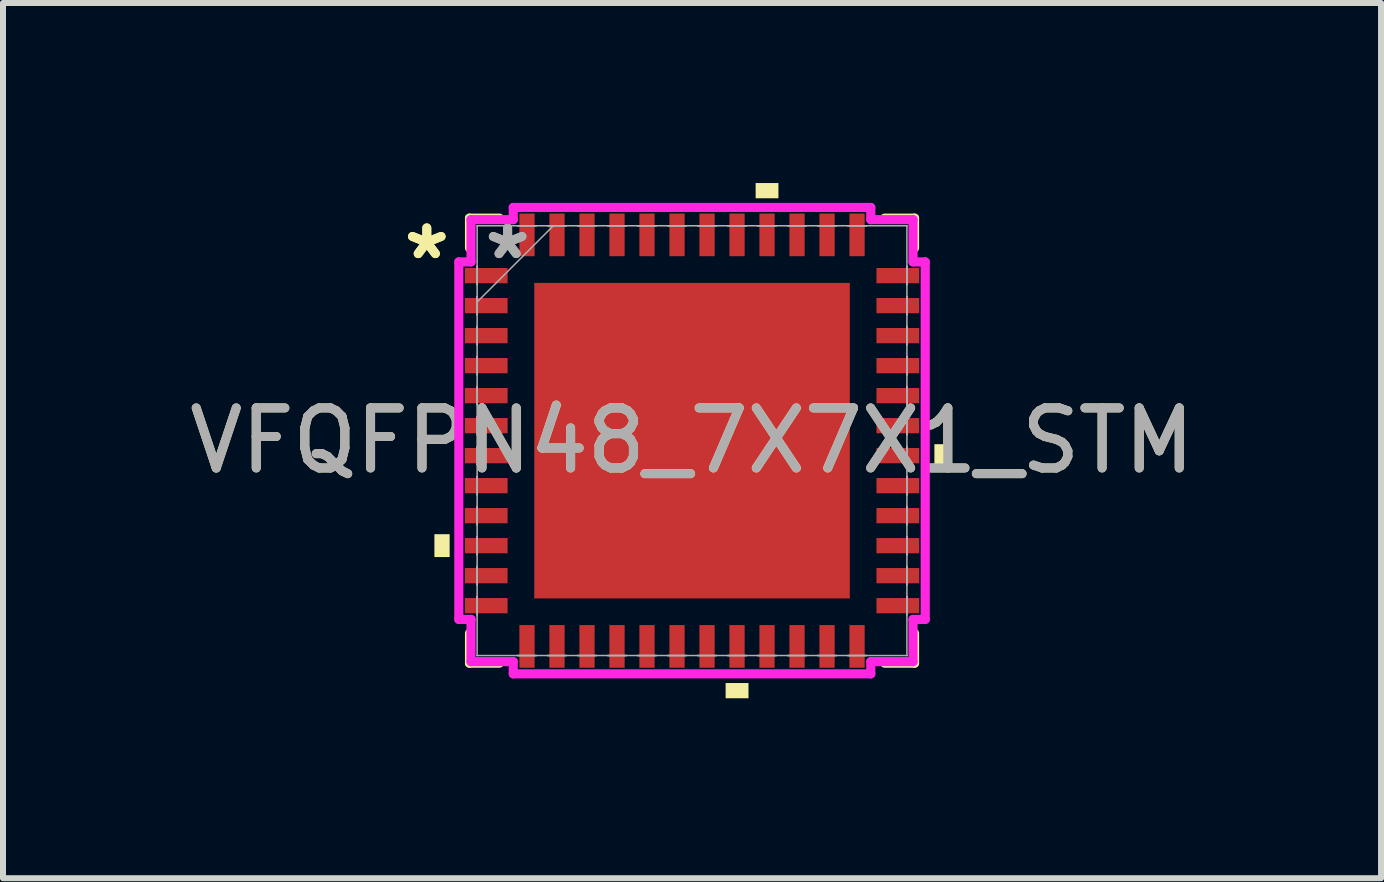
<source format=kicad_pcb>
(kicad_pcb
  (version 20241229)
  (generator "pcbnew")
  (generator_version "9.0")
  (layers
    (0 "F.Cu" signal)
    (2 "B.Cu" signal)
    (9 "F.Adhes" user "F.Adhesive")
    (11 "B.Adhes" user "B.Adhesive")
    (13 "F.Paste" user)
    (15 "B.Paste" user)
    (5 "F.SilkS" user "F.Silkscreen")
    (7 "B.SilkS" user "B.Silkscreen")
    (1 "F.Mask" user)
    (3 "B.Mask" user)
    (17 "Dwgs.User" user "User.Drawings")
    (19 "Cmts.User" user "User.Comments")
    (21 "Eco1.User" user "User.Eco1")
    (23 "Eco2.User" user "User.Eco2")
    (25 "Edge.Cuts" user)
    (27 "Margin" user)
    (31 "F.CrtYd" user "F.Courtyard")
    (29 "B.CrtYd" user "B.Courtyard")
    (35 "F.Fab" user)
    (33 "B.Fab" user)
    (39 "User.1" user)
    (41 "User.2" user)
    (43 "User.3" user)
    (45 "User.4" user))
  (footprint "VFQFPN48_7X7X1_STM"
    (layer "F.Cu")
    (at 8.482 4.293)
    (property "Reference" "VFQFPN48_7X7X1_STM" (at 0 0 0) (unlocked yes) (layer "F.SilkS") (effects (font (size 1 1) (thickness 0.15))))
    (attr smd)
    (fp_line (start -3.708 -3.708) (end -3.708 -3.21) (stroke (width 0.152) (type solid)) (layer "F.SilkS"))
    (fp_line (start -3.708 3.21) (end -3.708 3.708) (stroke (width 0.152) (type solid)) (layer "F.SilkS"))
    (fp_line (start -3.708 3.708) (end -3.21 3.708) (stroke (width 0.152) (type solid)) (layer "F.SilkS"))
    (fp_line (start -3.21 -3.708) (end -3.708 -3.708) (stroke (width 0.152) (type solid)) (layer "F.SilkS"))
    (fp_line (start 3.21 3.708) (end 3.708 3.708) (stroke (width 0.152) (type solid)) (layer "F.SilkS"))
    (fp_line (start 3.708 -3.708) (end 3.21 -3.708) (stroke (width 0.152) (type solid)) (layer "F.SilkS"))
    (fp_line (start 3.708 -3.21) (end 3.708 -3.708) (stroke (width 0.152) (type solid)) (layer "F.SilkS"))
    (fp_line (start 3.708 3.708) (end 3.708 3.21) (stroke (width 0.152) (type solid)) (layer "F.SilkS"))
    (fp_poly (pts (xy -4.293 1.559) (xy -4.293 1.94) (xy -4.039 1.94) (xy -4.039 1.559)) (stroke (width 0) (type solid)) (fill yes) (layer "F.SilkS"))
    (fp_poly (pts (xy 0.56 4.039) (xy 0.56 4.293) (xy 0.941 4.293) (xy 0.941 4.039)) (stroke (width 0) (type solid)) (fill yes) (layer "F.SilkS"))
    (fp_poly (pts (xy 1.06 -4.039) (xy 1.06 -4.293) (xy 1.44 -4.293) (xy 1.44 -4.039)) (stroke (width 0) (type solid)) (fill yes) (layer "F.SilkS"))
    (fp_poly (pts (xy 4.293 0.059) (xy 4.293 0.441) (xy 4.039 0.441) (xy 4.039 0.059)) (stroke (width 0) (type solid)) (fill yes) (layer "F.SilkS"))
    (fp_poly (pts (xy -2.529 -2.529) (xy -2.529 -1.414) (xy -1.414 -1.414) (xy -1.414 -2.529)) (stroke (width 0) (type solid)) (fill yes) (layer "F.Paste"))
    (fp_poly (pts (xy -2.529 -1.214) (xy -2.529 -0.1) (xy -1.414 -0.1) (xy -1.414 -1.214)) (stroke (width 0) (type solid)) (fill yes) (layer "F.Paste"))
    (fp_poly (pts (xy -2.529 0.1) (xy -2.529 1.214) (xy -1.414 1.214) (xy -1.414 0.1)) (stroke (width 0) (type solid)) (fill yes) (layer "F.Paste"))
    (fp_poly (pts (xy -2.529 1.414) (xy -2.529 2.529) (xy -1.414 2.529) (xy -1.414 1.414)) (stroke (width 0) (type solid)) (fill yes) (layer "F.Paste"))
    (fp_poly (pts (xy -1.214 -2.529) (xy -1.214 -1.414) (xy -0.1 -1.414) (xy -0.1 -2.529)) (stroke (width 0) (type solid)) (fill yes) (layer "F.Paste"))
    (fp_poly (pts (xy -1.214 -1.214) (xy -1.214 -0.1) (xy -0.1 -0.1) (xy -0.1 -1.214)) (stroke (width 0) (type solid)) (fill yes) (layer "F.Paste"))
    (fp_poly (pts (xy -1.214 0.1) (xy -1.214 1.214) (xy -0.1 1.214) (xy -0.1 0.1)) (stroke (width 0) (type solid)) (fill yes) (layer "F.Paste"))
    (fp_poly (pts (xy -1.214 1.414) (xy -1.214 2.529) (xy -0.1 2.529) (xy -0.1 1.414)) (stroke (width 0) (type solid)) (fill yes) (layer "F.Paste"))
    (fp_poly (pts (xy 0.1 -2.529) (xy 0.1 -1.414) (xy 1.214 -1.414) (xy 1.214 -2.529)) (stroke (width 0) (type solid)) (fill yes) (layer "F.Paste"))
    (fp_poly (pts (xy 0.1 -1.214) (xy 0.1 -0.1) (xy 1.214 -0.1) (xy 1.214 -1.214)) (stroke (width 0) (type solid)) (fill yes) (layer "F.Paste"))
    (fp_poly (pts (xy 0.1 0.1) (xy 0.1 1.214) (xy 1.214 1.214) (xy 1.214 0.1)) (stroke (width 0) (type solid)) (fill yes) (layer "F.Paste"))
    (fp_poly (pts (xy 0.1 1.414) (xy 0.1 2.529) (xy 1.214 2.529) (xy 1.214 1.414)) (stroke (width 0) (type solid)) (fill yes) (layer "F.Paste"))
    (fp_poly (pts (xy 1.414 -2.529) (xy 1.414 -1.414) (xy 2.529 -1.414) (xy 2.529 -2.529)) (stroke (width 0) (type solid)) (fill yes) (layer "F.Paste"))
    (fp_poly (pts (xy 1.414 -1.214) (xy 1.414 -0.1) (xy 2.529 -0.1) (xy 2.529 -1.214)) (stroke (width 0) (type solid)) (fill yes) (layer "F.Paste"))
    (fp_poly (pts (xy 1.414 0.1) (xy 1.414 1.214) (xy 2.529 1.214) (xy 2.529 0.1)) (stroke (width 0) (type solid)) (fill yes) (layer "F.Paste"))
    (fp_poly (pts (xy 1.414 1.414) (xy 1.414 2.529) (xy 2.529 2.529) (xy 2.529 1.414)) (stroke (width 0) (type solid)) (fill yes) (layer "F.Paste"))
    (fp_line (start -3.886 -2.979) (end -3.683 -2.979) (stroke (width 0.152) (type solid)) (layer "F.CrtYd"))
    (fp_line (start -3.886 2.979) (end -3.886 -2.979) (stroke (width 0.152) (type solid)) (layer "F.CrtYd"))
    (fp_line (start -3.683 -3.683) (end -2.979 -3.683) (stroke (width 0.152) (type solid)) (layer "F.CrtYd"))
    (fp_line (start -3.683 -2.979) (end -3.683 -3.683) (stroke (width 0.152) (type solid)) (layer "F.CrtYd"))
    (fp_line (start -3.683 2.979) (end -3.886 2.979) (stroke (width 0.152) (type solid)) (layer "F.CrtYd"))
    (fp_line (start -3.683 3.683) (end -3.683 2.979) (stroke (width 0.152) (type solid)) (layer "F.CrtYd"))
    (fp_line (start -2.979 -3.886) (end 2.979 -3.886) (stroke (width 0.152) (type solid)) (layer "F.CrtYd"))
    (fp_line (start -2.979 -3.683) (end -2.979 -3.886) (stroke (width 0.152) (type solid)) (layer "F.CrtYd"))
    (fp_line (start -2.979 3.683) (end -3.683 3.683) (stroke (width 0.152) (type solid)) (layer "F.CrtYd"))
    (fp_line (start -2.979 3.886) (end -2.979 3.683) (stroke (width 0.152) (type solid)) (layer "F.CrtYd"))
    (fp_line (start 2.979 -3.886) (end 2.979 -3.683) (stroke (width 0.152) (type solid)) (layer "F.CrtYd"))
    (fp_line (start 2.979 -3.683) (end 3.683 -3.683) (stroke (width 0.152) (type solid)) (layer "F.CrtYd"))
    (fp_line (start 2.979 3.683) (end 2.979 3.886) (stroke (width 0.152) (type solid)) (layer "F.CrtYd"))
    (fp_line (start 2.979 3.886) (end -2.979 3.886) (stroke (width 0.152) (type solid)) (layer "F.CrtYd"))
    (fp_line (start 3.683 -3.683) (end 3.683 -2.979) (stroke (width 0.152) (type solid)) (layer "F.CrtYd"))
    (fp_line (start 3.683 -2.979) (end 3.886 -2.979) (stroke (width 0.152) (type solid)) (layer "F.CrtYd"))
    (fp_line (start 3.683 2.979) (end 3.683 3.683) (stroke (width 0.152) (type solid)) (layer "F.CrtYd"))
    (fp_line (start 3.683 3.683) (end 2.979 3.683) (stroke (width 0.152) (type solid)) (layer "F.CrtYd"))
    (fp_line (start 3.886 -2.979) (end 3.886 2.979) (stroke (width 0.152) (type solid)) (layer "F.CrtYd"))
    (fp_line (start 3.886 2.979) (end 3.683 2.979) (stroke (width 0.152) (type solid)) (layer "F.CrtYd"))
    (fp_line (start -3.581 -3.581) (end -3.581 -3.581) (stroke (width 0.025) (type solid)) (layer "F.Fab"))
    (fp_line (start -3.581 -3.581) (end -3.581 3.581) (stroke (width 0.025) (type solid)) (layer "F.Fab"))
    (fp_line (start -3.581 -2.902) (end -3.581 -2.902) (stroke (width 0.025) (type solid)) (layer "F.Fab"))
    (fp_line (start -3.581 -2.902) (end -3.581 -2.598) (stroke (width 0.025) (type solid)) (layer "F.Fab"))
    (fp_line (start -3.581 -2.598) (end -3.581 -2.902) (stroke (width 0.025) (type solid)) (layer "F.Fab"))
    (fp_line (start -3.581 -2.598) (end -3.581 -2.598) (stroke (width 0.025) (type solid)) (layer "F.Fab"))
    (fp_line (start -3.581 -2.402) (end -3.581 -2.402) (stroke (width 0.025) (type solid)) (layer "F.Fab"))
    (fp_line (start -3.581 -2.402) (end -3.581 -2.098) (stroke (width 0.025) (type solid)) (layer "F.Fab"))
    (fp_line (start -3.581 -2.311) (end -2.311 -3.581) (stroke (width 0.025) (type solid)) (layer "F.Fab"))
    (fp_line (start -3.581 -2.098) (end -3.581 -2.402) (stroke (width 0.025) (type solid)) (layer "F.Fab"))
    (fp_line (start -3.581 -2.098) (end -3.581 -2.098) (stroke (width 0.025) (type solid)) (layer "F.Fab"))
    (fp_line (start -3.581 -1.902) (end -3.581 -1.902) (stroke (width 0.025) (type solid)) (layer "F.Fab"))
    (fp_line (start -3.581 -1.902) (end -3.581 -1.598) (stroke (width 0.025) (type solid)) (layer "F.Fab"))
    (fp_line (start -3.581 -1.598) (end -3.581 -1.902) (stroke (width 0.025) (type solid)) (layer "F.Fab"))
    (fp_line (start -3.581 -1.598) (end -3.581 -1.598) (stroke (width 0.025) (type solid)) (layer "F.Fab"))
    (fp_line (start -3.581 -1.402) (end -3.581 -1.402) (stroke (width 0.025) (type solid)) (layer "F.Fab"))
    (fp_line (start -3.581 -1.402) (end -3.581 -1.098) (stroke (width 0.025) (type solid)) (layer "F.Fab"))
    (fp_line (start -3.581 -1.098) (end -3.581 -1.402) (stroke (width 0.025) (type solid)) (layer "F.Fab"))
    (fp_line (start -3.581 -1.098) (end -3.581 -1.098) (stroke (width 0.025) (type solid)) (layer "F.Fab"))
    (fp_line (start -3.581 -0.902) (end -3.581 -0.902) (stroke (width 0.025) (type solid)) (layer "F.Fab"))
    (fp_line (start -3.581 -0.902) (end -3.581 -0.598) (stroke (width 0.025) (type solid)) (layer "F.Fab"))
    (fp_line (start -3.581 -0.598) (end -3.581 -0.902) (stroke (width 0.025) (type solid)) (layer "F.Fab"))
    (fp_line (start -3.581 -0.598) (end -3.581 -0.598) (stroke (width 0.025) (type solid)) (layer "F.Fab"))
    (fp_line (start -3.581 -0.402) (end -3.581 -0.402) (stroke (width 0.025) (type solid)) (layer "F.Fab"))
    (fp_line (start -3.581 -0.402) (end -3.581 -0.098) (stroke (width 0.025) (type solid)) (layer "F.Fab"))
    (fp_line (start -3.581 -0.098) (end -3.581 -0.402) (stroke (width 0.025) (type solid)) (layer "F.Fab"))
    (fp_line (start -3.581 -0.098) (end -3.581 -0.098) (stroke (width 0.025) (type solid)) (layer "F.Fab"))
    (fp_line (start -3.581 0.098) (end -3.581 0.098) (stroke (width 0.025) (type solid)) (layer "F.Fab"))
    (fp_line (start -3.581 0.098) (end -3.581 0.402) (stroke (width 0.025) (type solid)) (layer "F.Fab"))
    (fp_line (start -3.581 0.402) (end -3.581 0.098) (stroke (width 0.025) (type solid)) (layer "F.Fab"))
    (fp_line (start -3.581 0.402) (end -3.581 0.402) (stroke (width 0.025) (type solid)) (layer "F.Fab"))
    (fp_line (start -3.581 0.598) (end -3.581 0.598) (stroke (width 0.025) (type solid)) (layer "F.Fab"))
    (fp_line (start -3.581 0.598) (end -3.581 0.902) (stroke (width 0.025) (type solid)) (layer "F.Fab"))
    (fp_line (start -3.581 0.902) (end -3.581 0.598) (stroke (width 0.025) (type solid)) (layer "F.Fab"))
    (fp_line (start -3.581 0.902) (end -3.581 0.902) (stroke (width 0.025) (type solid)) (layer "F.Fab"))
    (fp_line (start -3.581 1.098) (end -3.581 1.098) (stroke (width 0.025) (type solid)) (layer "F.Fab"))
    (fp_line (start -3.581 1.098) (end -3.581 1.402) (stroke (width 0.025) (type solid)) (layer "F.Fab"))
    (fp_line (start -3.581 1.402) (end -3.581 1.098) (stroke (width 0.025) (type solid)) (layer "F.Fab"))
    (fp_line (start -3.581 1.402) (end -3.581 1.402) (stroke (width 0.025) (type solid)) (layer "F.Fab"))
    (fp_line (start -3.581 1.598) (end -3.581 1.598) (stroke (width 0.025) (type solid)) (layer "F.Fab"))
    (fp_line (start -3.581 1.598) (end -3.581 1.902) (stroke (width 0.025) (type solid)) (layer "F.Fab"))
    (fp_line (start -3.581 1.902) (end -3.581 1.598) (stroke (width 0.025) (type solid)) (layer "F.Fab"))
    (fp_line (start -3.581 1.902) (end -3.581 1.902) (stroke (width 0.025) (type solid)) (layer "F.Fab"))
    (fp_line (start -3.581 2.098) (end -3.581 2.098) (stroke (width 0.025) (type solid)) (layer "F.Fab"))
    (fp_line (start -3.581 2.098) (end -3.581 2.402) (stroke (width 0.025) (type solid)) (layer "F.Fab"))
    (fp_line (start -3.581 2.402) (end -3.581 2.098) (stroke (width 0.025) (type solid)) (layer "F.Fab"))
    (fp_line (start -3.581 2.402) (end -3.581 2.402) (stroke (width 0.025) (type solid)) (layer "F.Fab"))
    (fp_line (start -3.581 2.598) (end -3.581 2.598) (stroke (width 0.025) (type solid)) (layer "F.Fab"))
    (fp_line (start -3.581 2.598) (end -3.581 2.902) (stroke (width 0.025) (type solid)) (layer "F.Fab"))
    (fp_line (start -3.581 2.902) (end -3.581 2.598) (stroke (width 0.025) (type solid)) (layer "F.Fab"))
    (fp_line (start -3.581 2.902) (end -3.581 2.902) (stroke (width 0.025) (type solid)) (layer "F.Fab"))
    (fp_line (start -3.581 3.581) (end -3.581 3.581) (stroke (width 0.025) (type solid)) (layer "F.Fab"))
    (fp_line (start -3.581 3.581) (end 3.581 3.581) (stroke (width 0.025) (type solid)) (layer "F.Fab"))
    (fp_line (start -2.902 -3.581) (end -2.902 -3.581) (stroke (width 0.025) (type solid)) (layer "F.Fab"))
    (fp_line (start -2.902 -3.581) (end -2.598 -3.581) (stroke (width 0.025) (type solid)) (layer "F.Fab"))
    (fp_line (start -2.902 3.581) (end -2.902 3.581) (stroke (width 0.025) (type solid)) (layer "F.Fab"))
    (fp_line (start -2.902 3.581) (end -2.598 3.581) (stroke (width 0.025) (type solid)) (layer "F.Fab"))
    (fp_line (start -2.598 -3.581) (end -2.902 -3.581) (stroke (width 0.025) (type solid)) (layer "F.Fab"))
    (fp_line (start -2.598 -3.581) (end -2.598 -3.581) (stroke (width 0.025) (type solid)) (layer "F.Fab"))
    (fp_line (start -2.598 3.581) (end -2.902 3.581) (stroke (width 0.025) (type solid)) (layer "F.Fab"))
    (fp_line (start -2.598 3.581) (end -2.598 3.581) (stroke (width 0.025) (type solid)) (layer "F.Fab"))
    (fp_line (start -2.402 -3.581) (end -2.402 -3.581) (stroke (width 0.025) (type solid)) (layer "F.Fab"))
    (fp_line (start -2.402 -3.581) (end -2.098 -3.581) (stroke (width 0.025) (type solid)) (layer "F.Fab"))
    (fp_line (start -2.402 3.581) (end -2.402 3.581) (stroke (width 0.025) (type solid)) (layer "F.Fab"))
    (fp_line (start -2.402 3.581) (end -2.098 3.581) (stroke (width 0.025) (type solid)) (layer "F.Fab"))
    (fp_line (start -2.098 -3.581) (end -2.402 -3.581) (stroke (width 0.025) (type solid)) (layer "F.Fab"))
    (fp_line (start -2.098 -3.581) (end -2.098 -3.581) (stroke (width 0.025) (type solid)) (layer "F.Fab"))
    (fp_line (start -2.098 3.581) (end -2.402 3.581) (stroke (width 0.025) (type solid)) (layer "F.Fab"))
    (fp_line (start -2.098 3.581) (end -2.098 3.581) (stroke (width 0.025) (type solid)) (layer "F.Fab"))
    (fp_line (start -1.902 -3.581) (end -1.902 -3.581) (stroke (width 0.025) (type solid)) (layer "F.Fab"))
    (fp_line (start -1.902 -3.581) (end -1.598 -3.581) (stroke (width 0.025) (type solid)) (layer "F.Fab"))
    (fp_line (start -1.902 3.581) (end -1.902 3.581) (stroke (width 0.025) (type solid)) (layer "F.Fab"))
    (fp_line (start -1.902 3.581) (end -1.598 3.581) (stroke (width 0.025) (type solid)) (layer "F.Fab"))
    (fp_line (start -1.598 -3.581) (end -1.902 -3.581) (stroke (width 0.025) (type solid)) (layer "F.Fab"))
    (fp_line (start -1.598 -3.581) (end -1.598 -3.581) (stroke (width 0.025) (type solid)) (layer "F.Fab"))
    (fp_line (start -1.598 3.581) (end -1.902 3.581) (stroke (width 0.025) (type solid)) (layer "F.Fab"))
    (fp_line (start -1.598 3.581) (end -1.598 3.581) (stroke (width 0.025) (type solid)) (layer "F.Fab"))
    (fp_line (start -1.402 -3.581) (end -1.402 -3.581) (stroke (width 0.025) (type solid)) (layer "F.Fab"))
    (fp_line (start -1.402 -3.581) (end -1.098 -3.581) (stroke (width 0.025) (type solid)) (layer "F.Fab"))
    (fp_line (start -1.402 3.581) (end -1.402 3.581) (stroke (width 0.025) (type solid)) (layer "F.Fab"))
    (fp_line (start -1.402 3.581) (end -1.098 3.581) (stroke (width 0.025) (type solid)) (layer "F.Fab"))
    (fp_line (start -1.098 -3.581) (end -1.402 -3.581) (stroke (width 0.025) (type solid)) (layer "F.Fab"))
    (fp_line (start -1.098 -3.581) (end -1.098 -3.581) (stroke (width 0.025) (type solid)) (layer "F.Fab"))
    (fp_line (start -1.098 3.581) (end -1.402 3.581) (stroke (width 0.025) (type solid)) (layer "F.Fab"))
    (fp_line (start -1.098 3.581) (end -1.098 3.581) (stroke (width 0.025) (type solid)) (layer "F.Fab"))
    (fp_line (start -0.902 -3.581) (end -0.902 -3.581) (stroke (width 0.025) (type solid)) (layer "F.Fab"))
    (fp_line (start -0.902 -3.581) (end -0.598 -3.581) (stroke (width 0.025) (type solid)) (layer "F.Fab"))
    (fp_line (start -0.902 3.581) (end -0.902 3.581) (stroke (width 0.025) (type solid)) (layer "F.Fab"))
    (fp_line (start -0.902 3.581) (end -0.598 3.581) (stroke (width 0.025) (type solid)) (layer "F.Fab"))
    (fp_line (start -0.598 -3.581) (end -0.902 -3.581) (stroke (width 0.025) (type solid)) (layer "F.Fab"))
    (fp_line (start -0.598 -3.581) (end -0.598 -3.581) (stroke (width 0.025) (type solid)) (layer "F.Fab"))
    (fp_line (start -0.598 3.581) (end -0.902 3.581) (stroke (width 0.025) (type solid)) (layer "F.Fab"))
    (fp_line (start -0.598 3.581) (end -0.598 3.581) (stroke (width 0.025) (type solid)) (layer "F.Fab"))
    (fp_line (start -0.402 -3.581) (end -0.402 -3.581) (stroke (width 0.025) (type solid)) (layer "F.Fab"))
    (fp_line (start -0.402 -3.581) (end -0.098 -3.581) (stroke (width 0.025) (type solid)) (layer "F.Fab"))
    (fp_line (start -0.402 3.581) (end -0.402 3.581) (stroke (width 0.025) (type solid)) (layer "F.Fab"))
    (fp_line (start -0.402 3.581) (end -0.098 3.581) (stroke (width 0.025) (type solid)) (layer "F.Fab"))
    (fp_line (start -0.098 -3.581) (end -0.402 -3.581) (stroke (width 0.025) (type solid)) (layer "F.Fab"))
    (fp_line (start -0.098 -3.581) (end -0.098 -3.581) (stroke (width 0.025) (type solid)) (layer "F.Fab"))
    (fp_line (start -0.098 3.581) (end -0.402 3.581) (stroke (width 0.025) (type solid)) (layer "F.Fab"))
    (fp_line (start -0.098 3.581) (end -0.098 3.581) (stroke (width 0.025) (type solid)) (layer "F.Fab"))
    (fp_line (start 0.098 -3.581) (end 0.098 -3.581) (stroke (width 0.025) (type solid)) (layer "F.Fab"))
    (fp_line (start 0.098 -3.581) (end 0.402 -3.581) (stroke (width 0.025) (type solid)) (layer "F.Fab"))
    (fp_line (start 0.098 3.581) (end 0.098 3.581) (stroke (width 0.025) (type solid)) (layer "F.Fab"))
    (fp_line (start 0.098 3.581) (end 0.402 3.581) (stroke (width 0.025) (type solid)) (layer "F.Fab"))
    (fp_line (start 0.402 -3.581) (end 0.098 -3.581) (stroke (width 0.025) (type solid)) (layer "F.Fab"))
    (fp_line (start 0.402 -3.581) (end 0.402 -3.581) (stroke (width 0.025) (type solid)) (layer "F.Fab"))
    (fp_line (start 0.402 3.581) (end 0.098 3.581) (stroke (width 0.025) (type solid)) (layer "F.Fab"))
    (fp_line (start 0.402 3.581) (end 0.402 3.581) (stroke (width 0.025) (type solid)) (layer "F.Fab"))
    (fp_line (start 0.598 -3.581) (end 0.598 -3.581) (stroke (width 0.025) (type solid)) (layer "F.Fab"))
    (fp_line (start 0.598 -3.581) (end 0.902 -3.581) (stroke (width 0.025) (type solid)) (layer "F.Fab"))
    (fp_line (start 0.598 3.581) (end 0.598 3.581) (stroke (width 0.025) (type solid)) (layer "F.Fab"))
    (fp_line (start 0.598 3.581) (end 0.902 3.581) (stroke (width 0.025) (type solid)) (layer "F.Fab"))
    (fp_line (start 0.902 -3.581) (end 0.598 -3.581) (stroke (width 0.025) (type solid)) (layer "F.Fab"))
    (fp_line (start 0.902 -3.581) (end 0.902 -3.581) (stroke (width 0.025) (type solid)) (layer "F.Fab"))
    (fp_line (start 0.902 3.581) (end 0.598 3.581) (stroke (width 0.025) (type solid)) (layer "F.Fab"))
    (fp_line (start 0.902 3.581) (end 0.902 3.581) (stroke (width 0.025) (type solid)) (layer "F.Fab"))
    (fp_line (start 1.098 -3.581) (end 1.098 -3.581) (stroke (width 0.025) (type solid)) (layer "F.Fab"))
    (fp_line (start 1.098 -3.581) (end 1.402 -3.581) (stroke (width 0.025) (type solid)) (layer "F.Fab"))
    (fp_line (start 1.098 3.581) (end 1.098 3.581) (stroke (width 0.025) (type solid)) (layer "F.Fab"))
    (fp_line (start 1.098 3.581) (end 1.402 3.581) (stroke (width 0.025) (type solid)) (layer "F.Fab"))
    (fp_line (start 1.402 -3.581) (end 1.098 -3.581) (stroke (width 0.025) (type solid)) (layer "F.Fab"))
    (fp_line (start 1.402 -3.581) (end 1.402 -3.581) (stroke (width 0.025) (type solid)) (layer "F.Fab"))
    (fp_line (start 1.402 3.581) (end 1.098 3.581) (stroke (width 0.025) (type solid)) (layer "F.Fab"))
    (fp_line (start 1.402 3.581) (end 1.402 3.581) (stroke (width 0.025) (type solid)) (layer "F.Fab"))
    (fp_line (start 1.598 -3.581) (end 1.598 -3.581) (stroke (width 0.025) (type solid)) (layer "F.Fab"))
    (fp_line (start 1.598 -3.581) (end 1.902 -3.581) (stroke (width 0.025) (type solid)) (layer "F.Fab"))
    (fp_line (start 1.598 3.581) (end 1.598 3.581) (stroke (width 0.025) (type solid)) (layer "F.Fab"))
    (fp_line (start 1.598 3.581) (end 1.902 3.581) (stroke (width 0.025) (type solid)) (layer "F.Fab"))
    (fp_line (start 1.902 -3.581) (end 1.598 -3.581) (stroke (width 0.025) (type solid)) (layer "F.Fab"))
    (fp_line (start 1.902 -3.581) (end 1.902 -3.581) (stroke (width 0.025) (type solid)) (layer "F.Fab"))
    (fp_line (start 1.902 3.581) (end 1.598 3.581) (stroke (width 0.025) (type solid)) (layer "F.Fab"))
    (fp_line (start 1.902 3.581) (end 1.902 3.581) (stroke (width 0.025) (type solid)) (layer "F.Fab"))
    (fp_line (start 2.098 -3.581) (end 2.098 -3.581) (stroke (width 0.025) (type solid)) (layer "F.Fab"))
    (fp_line (start 2.098 -3.581) (end 2.402 -3.581) (stroke (width 0.025) (type solid)) (layer "F.Fab"))
    (fp_line (start 2.098 3.581) (end 2.098 3.581) (stroke (width 0.025) (type solid)) (layer "F.Fab"))
    (fp_line (start 2.098 3.581) (end 2.402 3.581) (stroke (width 0.025) (type solid)) (layer "F.Fab"))
    (fp_line (start 2.402 -3.581) (end 2.098 -3.581) (stroke (width 0.025) (type solid)) (layer "F.Fab"))
    (fp_line (start 2.402 -3.581) (end 2.402 -3.581) (stroke (width 0.025) (type solid)) (layer "F.Fab"))
    (fp_line (start 2.402 3.581) (end 2.098 3.581) (stroke (width 0.025) (type solid)) (layer "F.Fab"))
    (fp_line (start 2.402 3.581) (end 2.402 3.581) (stroke (width 0.025) (type solid)) (layer "F.Fab"))
    (fp_line (start 2.598 -3.581) (end 2.598 -3.581) (stroke (width 0.025) (type solid)) (layer "F.Fab"))
    (fp_line (start 2.598 -3.581) (end 2.902 -3.581) (stroke (width 0.025) (type solid)) (layer "F.Fab"))
    (fp_line (start 2.598 3.581) (end 2.598 3.581) (stroke (width 0.025) (type solid)) (layer "F.Fab"))
    (fp_line (start 2.598 3.581) (end 2.902 3.581) (stroke (width 0.025) (type solid)) (layer "F.Fab"))
    (fp_line (start 2.902 -3.581) (end 2.598 -3.581) (stroke (width 0.025) (type solid)) (layer "F.Fab"))
    (fp_line (start 2.902 -3.581) (end 2.902 -3.581) (stroke (width 0.025) (type solid)) (layer "F.Fab"))
    (fp_line (start 2.902 3.581) (end 2.598 3.581) (stroke (width 0.025) (type solid)) (layer "F.Fab"))
    (fp_line (start 2.902 3.581) (end 2.902 3.581) (stroke (width 0.025) (type solid)) (layer "F.Fab"))
    (fp_line (start 3.581 -3.581) (end -3.581 -3.581) (stroke (width 0.025) (type solid)) (layer "F.Fab"))
    (fp_line (start 3.581 -3.581) (end 3.581 -3.581) (stroke (width 0.025) (type solid)) (layer "F.Fab"))
    (fp_line (start 3.581 -2.902) (end 3.581 -2.902) (stroke (width 0.025) (type solid)) (layer "F.Fab"))
    (fp_line (start 3.581 -2.902) (end 3.581 -2.598) (stroke (width 0.025) (type solid)) (layer "F.Fab"))
    (fp_line (start 3.581 -2.598) (end 3.581 -2.902) (stroke (width 0.025) (type solid)) (layer "F.Fab"))
    (fp_line (start 3.581 -2.598) (end 3.581 -2.598) (stroke (width 0.025) (type solid)) (layer "F.Fab"))
    (fp_line (start 3.581 -2.402) (end 3.581 -2.402) (stroke (width 0.025) (type solid)) (layer "F.Fab"))
    (fp_line (start 3.581 -2.402) (end 3.581 -2.098) (stroke (width 0.025) (type solid)) (layer "F.Fab"))
    (fp_line (start 3.581 -2.098) (end 3.581 -2.402) (stroke (width 0.025) (type solid)) (layer "F.Fab"))
    (fp_line (start 3.581 -2.098) (end 3.581 -2.098) (stroke (width 0.025) (type solid)) (layer "F.Fab"))
    (fp_line (start 3.581 -1.902) (end 3.581 -1.902) (stroke (width 0.025) (type solid)) (layer "F.Fab"))
    (fp_line (start 3.581 -1.902) (end 3.581 -1.598) (stroke (width 0.025) (type solid)) (layer "F.Fab"))
    (fp_line (start 3.581 -1.598) (end 3.581 -1.902) (stroke (width 0.025) (type solid)) (layer "F.Fab"))
    (fp_line (start 3.581 -1.598) (end 3.581 -1.598) (stroke (width 0.025) (type solid)) (layer "F.Fab"))
    (fp_line (start 3.581 -1.402) (end 3.581 -1.402) (stroke (width 0.025) (type solid)) (layer "F.Fab"))
    (fp_line (start 3.581 -1.402) (end 3.581 -1.098) (stroke (width 0.025) (type solid)) (layer "F.Fab"))
    (fp_line (start 3.581 -1.098) (end 3.581 -1.402) (stroke (width 0.025) (type solid)) (layer "F.Fab"))
    (fp_line (start 3.581 -1.098) (end 3.581 -1.098) (stroke (width 0.025) (type solid)) (layer "F.Fab"))
    (fp_line (start 3.581 -0.902) (end 3.581 -0.902) (stroke (width 0.025) (type solid)) (layer "F.Fab"))
    (fp_line (start 3.581 -0.902) (end 3.581 -0.598) (stroke (width 0.025) (type solid)) (layer "F.Fab"))
    (fp_line (start 3.581 -0.598) (end 3.581 -0.902) (stroke (width 0.025) (type solid)) (layer "F.Fab"))
    (fp_line (start 3.581 -0.598) (end 3.581 -0.598) (stroke (width 0.025) (type solid)) (layer "F.Fab"))
    (fp_line (start 3.581 -0.402) (end 3.581 -0.402) (stroke (width 0.025) (type solid)) (layer "F.Fab"))
    (fp_line (start 3.581 -0.402) (end 3.581 -0.098) (stroke (width 0.025) (type solid)) (layer "F.Fab"))
    (fp_line (start 3.581 -0.098) (end 3.581 -0.402) (stroke (width 0.025) (type solid)) (layer "F.Fab"))
    (fp_line (start 3.581 -0.098) (end 3.581 -0.098) (stroke (width 0.025) (type solid)) (layer "F.Fab"))
    (fp_line (start 3.581 0.098) (end 3.581 0.098) (stroke (width 0.025) (type solid)) (layer "F.Fab"))
    (fp_line (start 3.581 0.098) (end 3.581 0.402) (stroke (width 0.025) (type solid)) (layer "F.Fab"))
    (fp_line (start 3.581 0.402) (end 3.581 0.098) (stroke (width 0.025) (type solid)) (layer "F.Fab"))
    (fp_line (start 3.581 0.402) (end 3.581 0.402) (stroke (width 0.025) (type solid)) (layer "F.Fab"))
    (fp_line (start 3.581 0.598) (end 3.581 0.598) (stroke (width 0.025) (type solid)) (layer "F.Fab"))
    (fp_line (start 3.581 0.598) (end 3.581 0.902) (stroke (width 0.025) (type solid)) (layer "F.Fab"))
    (fp_line (start 3.581 0.902) (end 3.581 0.598) (stroke (width 0.025) (type solid)) (layer "F.Fab"))
    (fp_line (start 3.581 0.902) (end 3.581 0.902) (stroke (width 0.025) (type solid)) (layer "F.Fab"))
    (fp_line (start 3.581 1.098) (end 3.581 1.098) (stroke (width 0.025) (type solid)) (layer "F.Fab"))
    (fp_line (start 3.581 1.098) (end 3.581 1.402) (stroke (width 0.025) (type solid)) (layer "F.Fab"))
    (fp_line (start 3.581 1.402) (end 3.581 1.098) (stroke (width 0.025) (type solid)) (layer "F.Fab"))
    (fp_line (start 3.581 1.402) (end 3.581 1.402) (stroke (width 0.025) (type solid)) (layer "F.Fab"))
    (fp_line (start 3.581 1.598) (end 3.581 1.598) (stroke (width 0.025) (type solid)) (layer "F.Fab"))
    (fp_line (start 3.581 1.598) (end 3.581 1.902) (stroke (width 0.025) (type solid)) (layer "F.Fab"))
    (fp_line (start 3.581 1.902) (end 3.581 1.598) (stroke (width 0.025) (type solid)) (layer "F.Fab"))
    (fp_line (start 3.581 1.902) (end 3.581 1.902) (stroke (width 0.025) (type solid)) (layer "F.Fab"))
    (fp_line (start 3.581 2.098) (end 3.581 2.098) (stroke (width 0.025) (type solid)) (layer "F.Fab"))
    (fp_line (start 3.581 2.098) (end 3.581 2.402) (stroke (width 0.025) (type solid)) (layer "F.Fab"))
    (fp_line (start 3.581 2.402) (end 3.581 2.098) (stroke (width 0.025) (type solid)) (layer "F.Fab"))
    (fp_line (start 3.581 2.402) (end 3.581 2.402) (stroke (width 0.025) (type solid)) (layer "F.Fab"))
    (fp_line (start 3.581 2.598) (end 3.581 2.598) (stroke (width 0.025) (type solid)) (layer "F.Fab"))
    (fp_line (start 3.581 2.598) (end 3.581 2.902) (stroke (width 0.025) (type solid)) (layer "F.Fab"))
    (fp_line (start 3.581 2.902) (end 3.581 2.598) (stroke (width 0.025) (type solid)) (layer "F.Fab"))
    (fp_line (start 3.581 2.902) (end 3.581 2.902) (stroke (width 0.025) (type solid)) (layer "F.Fab"))
    (fp_line (start 3.581 3.581) (end 3.581 -3.581) (stroke (width 0.025) (type solid)) (layer "F.Fab"))
    (fp_line (start 3.581 3.581) (end 3.581 3.581) (stroke (width 0.025) (type solid)) (layer "F.Fab"))
    (fp_text user "*" (at -4.42 -3 0) (layer "F.SilkS") (effects (font (size 1 1) (thickness 0.15))))
    (fp_text user "*" (at -4.42 -3 0) (unlocked yes) (layer "F.SilkS") (effects (font (size 1 1) (thickness 0.15))))
    (fp_text user "*" (at -3.073 -3 0) (layer "F.Fab") (effects (font (size 1 1) (thickness 0.15))))
    (fp_text user "*" (at -3.073 -3 0) (unlocked yes) (layer "F.Fab") (effects (font (size 1 1) (thickness 0.15))))
    (fp_text user "${REFERENCE}" (at 0 0 0) (unlocked yes) (layer "F.Fab") (effects (font (size 1 1) (thickness 0.15))))
    (pad "1" smd rect (at -3.429 -2.75 90) (size 0.254 0.711) (layers "F.Cu" "F.Mask" "F.Paste"))
    (pad "2" smd rect (at -3.429 -2.25 90) (size 0.254 0.711) (layers "F.Cu" "F.Mask" "F.Paste"))
    (pad "3" smd rect (at -3.429 -1.75 90) (size 0.254 0.711) (layers "F.Cu" "F.Mask" "F.Paste"))
    (pad "4" smd rect (at -3.429 -1.25 90) (size 0.254 0.711) (layers "F.Cu" "F.Mask" "F.Paste"))
    (pad "5" smd rect (at -3.429 -0.75 90) (size 0.254 0.711) (layers "F.Cu" "F.Mask" "F.Paste"))
    (pad "6" smd rect (at -3.429 -0.25 90) (size 0.254 0.711) (layers "F.Cu" "F.Mask" "F.Paste"))
    (pad "7" smd rect (at -3.429 0.25 90) (size 0.254 0.711) (layers "F.Cu" "F.Mask" "F.Paste"))
    (pad "8" smd rect (at -3.429 0.75 90) (size 0.254 0.711) (layers "F.Cu" "F.Mask" "F.Paste"))
    (pad "9" smd rect (at -3.429 1.25 90) (size 0.254 0.711) (layers "F.Cu" "F.Mask" "F.Paste"))
    (pad "10" smd rect (at -3.429 1.75 90) (size 0.254 0.711) (layers "F.Cu" "F.Mask" "F.Paste"))
    (pad "11" smd rect (at -3.429 2.25 90) (size 0.254 0.711) (layers "F.Cu" "F.Mask" "F.Paste"))
    (pad "12" smd rect (at -3.429 2.75 90) (size 0.254 0.711) (layers "F.Cu" "F.Mask" "F.Paste"))
    (pad "13" smd rect (at -2.75 3.429) (size 0.254 0.711) (layers "F.Cu" "F.Mask" "F.Paste"))
    (pad "14" smd rect (at -2.25 3.429) (size 0.254 0.711) (layers "F.Cu" "F.Mask" "F.Paste"))
    (pad "15" smd rect (at -1.75 3.429) (size 0.254 0.711) (layers "F.Cu" "F.Mask" "F.Paste"))
    (pad "16" smd rect (at -1.25 3.429) (size 0.254 0.711) (layers "F.Cu" "F.Mask" "F.Paste"))
    (pad "17" smd rect (at -0.75 3.429) (size 0.254 0.711) (layers "F.Cu" "F.Mask" "F.Paste"))
    (pad "18" smd rect (at -0.25 3.429) (size 0.254 0.711) (layers "F.Cu" "F.Mask" "F.Paste"))
    (pad "19" smd rect (at 0.25 3.429) (size 0.254 0.711) (layers "F.Cu" "F.Mask" "F.Paste"))
    (pad "20" smd rect (at 0.75 3.429) (size 0.254 0.711) (layers "F.Cu" "F.Mask" "F.Paste"))
    (pad "21" smd rect (at 1.25 3.429) (size 0.254 0.711) (layers "F.Cu" "F.Mask" "F.Paste"))
    (pad "22" smd rect (at 1.75 3.429) (size 0.254 0.711) (layers "F.Cu" "F.Mask" "F.Paste"))
    (pad "23" smd rect (at 2.25 3.429) (size 0.254 0.711) (layers "F.Cu" "F.Mask" "F.Paste"))
    (pad "24" smd rect (at 2.75 3.429) (size 0.254 0.711) (layers "F.Cu" "F.Mask" "F.Paste"))
    (pad "25" smd rect (at 3.429 2.75 90) (size 0.254 0.711) (layers "F.Cu" "F.Mask" "F.Paste"))
    (pad "26" smd rect (at 3.429 2.25 90) (size 0.254 0.711) (layers "F.Cu" "F.Mask" "F.Paste"))
    (pad "27" smd rect (at 3.429 1.75 90) (size 0.254 0.711) (layers "F.Cu" "F.Mask" "F.Paste"))
    (pad "28" smd rect (at 3.429 1.25 90) (size 0.254 0.711) (layers "F.Cu" "F.Mask" "F.Paste"))
    (pad "29" smd rect (at 3.429 0.75 90) (size 0.254 0.711) (layers "F.Cu" "F.Mask" "F.Paste"))
    (pad "30" smd rect (at 3.429 0.25 90) (size 0.254 0.711) (layers "F.Cu" "F.Mask" "F.Paste"))
    (pad "31" smd rect (at 3.429 -0.25 90) (size 0.254 0.711) (layers "F.Cu" "F.Mask" "F.Paste"))
    (pad "32" smd rect (at 3.429 -0.75 90) (size 0.254 0.711) (layers "F.Cu" "F.Mask" "F.Paste"))
    (pad "33" smd rect (at 3.429 -1.25 90) (size 0.254 0.711) (layers "F.Cu" "F.Mask" "F.Paste"))
    (pad "34" smd rect (at 3.429 -1.75 90) (size 0.254 0.711) (layers "F.Cu" "F.Mask" "F.Paste"))
    (pad "35" smd rect (at 3.429 -2.25 90) (size 0.254 0.711) (layers "F.Cu" "F.Mask" "F.Paste"))
    (pad "36" smd rect (at 3.429 -2.75 90) (size 0.254 0.711) (layers "F.Cu" "F.Mask" "F.Paste"))
    (pad "37" smd rect (at 2.75 -3.429) (size 0.254 0.711) (layers "F.Cu" "F.Mask" "F.Paste"))
    (pad "38" smd rect (at 2.25 -3.429) (size 0.254 0.711) (layers "F.Cu" "F.Mask" "F.Paste"))
    (pad "39" smd rect (at 1.75 -3.429) (size 0.254 0.711) (layers "F.Cu" "F.Mask" "F.Paste"))
    (pad "40" smd rect (at 1.25 -3.429) (size 0.254 0.711) (layers "F.Cu" "F.Mask" "F.Paste"))
    (pad "41" smd rect (at 0.75 -3.429) (size 0.254 0.711) (layers "F.Cu" "F.Mask" "F.Paste"))
    (pad "42" smd rect (at 0.25 -3.429) (size 0.254 0.711) (layers "F.Cu" "F.Mask" "F.Paste"))
    (pad "43" smd rect (at -0.25 -3.429) (size 0.254 0.711) (layers "F.Cu" "F.Mask" "F.Paste"))
    (pad "44" smd rect (at -0.75 -3.429) (size 0.254 0.711) (layers "F.Cu" "F.Mask" "F.Paste"))
    (pad "45" smd rect (at -1.25 -3.429) (size 0.254 0.711) (layers "F.Cu" "F.Mask" "F.Paste"))
    (pad "46" smd rect (at -1.75 -3.429) (size 0.254 0.711) (layers "F.Cu" "F.Mask" "F.Paste"))
    (pad "47" smd rect (at -2.25 -3.429) (size 0.254 0.711) (layers "F.Cu" "F.Mask" "F.Paste"))
    (pad "48" smd rect (at -2.75 -3.429) (size 0.254 0.711) (layers "F.Cu" "F.Mask" "F.Paste"))
    (pad "49" smd rect (at 0 0) (size 5.258 5.258) (layers "F.Cu" "F.Mask" "F.Paste")))
  (gr_rect
    (start -3 -3)
    (end 19.964 11.585)
    (stroke (width 0.1) (type default))
    (fill no)
    (layer "Edge.Cuts")))
</source>
